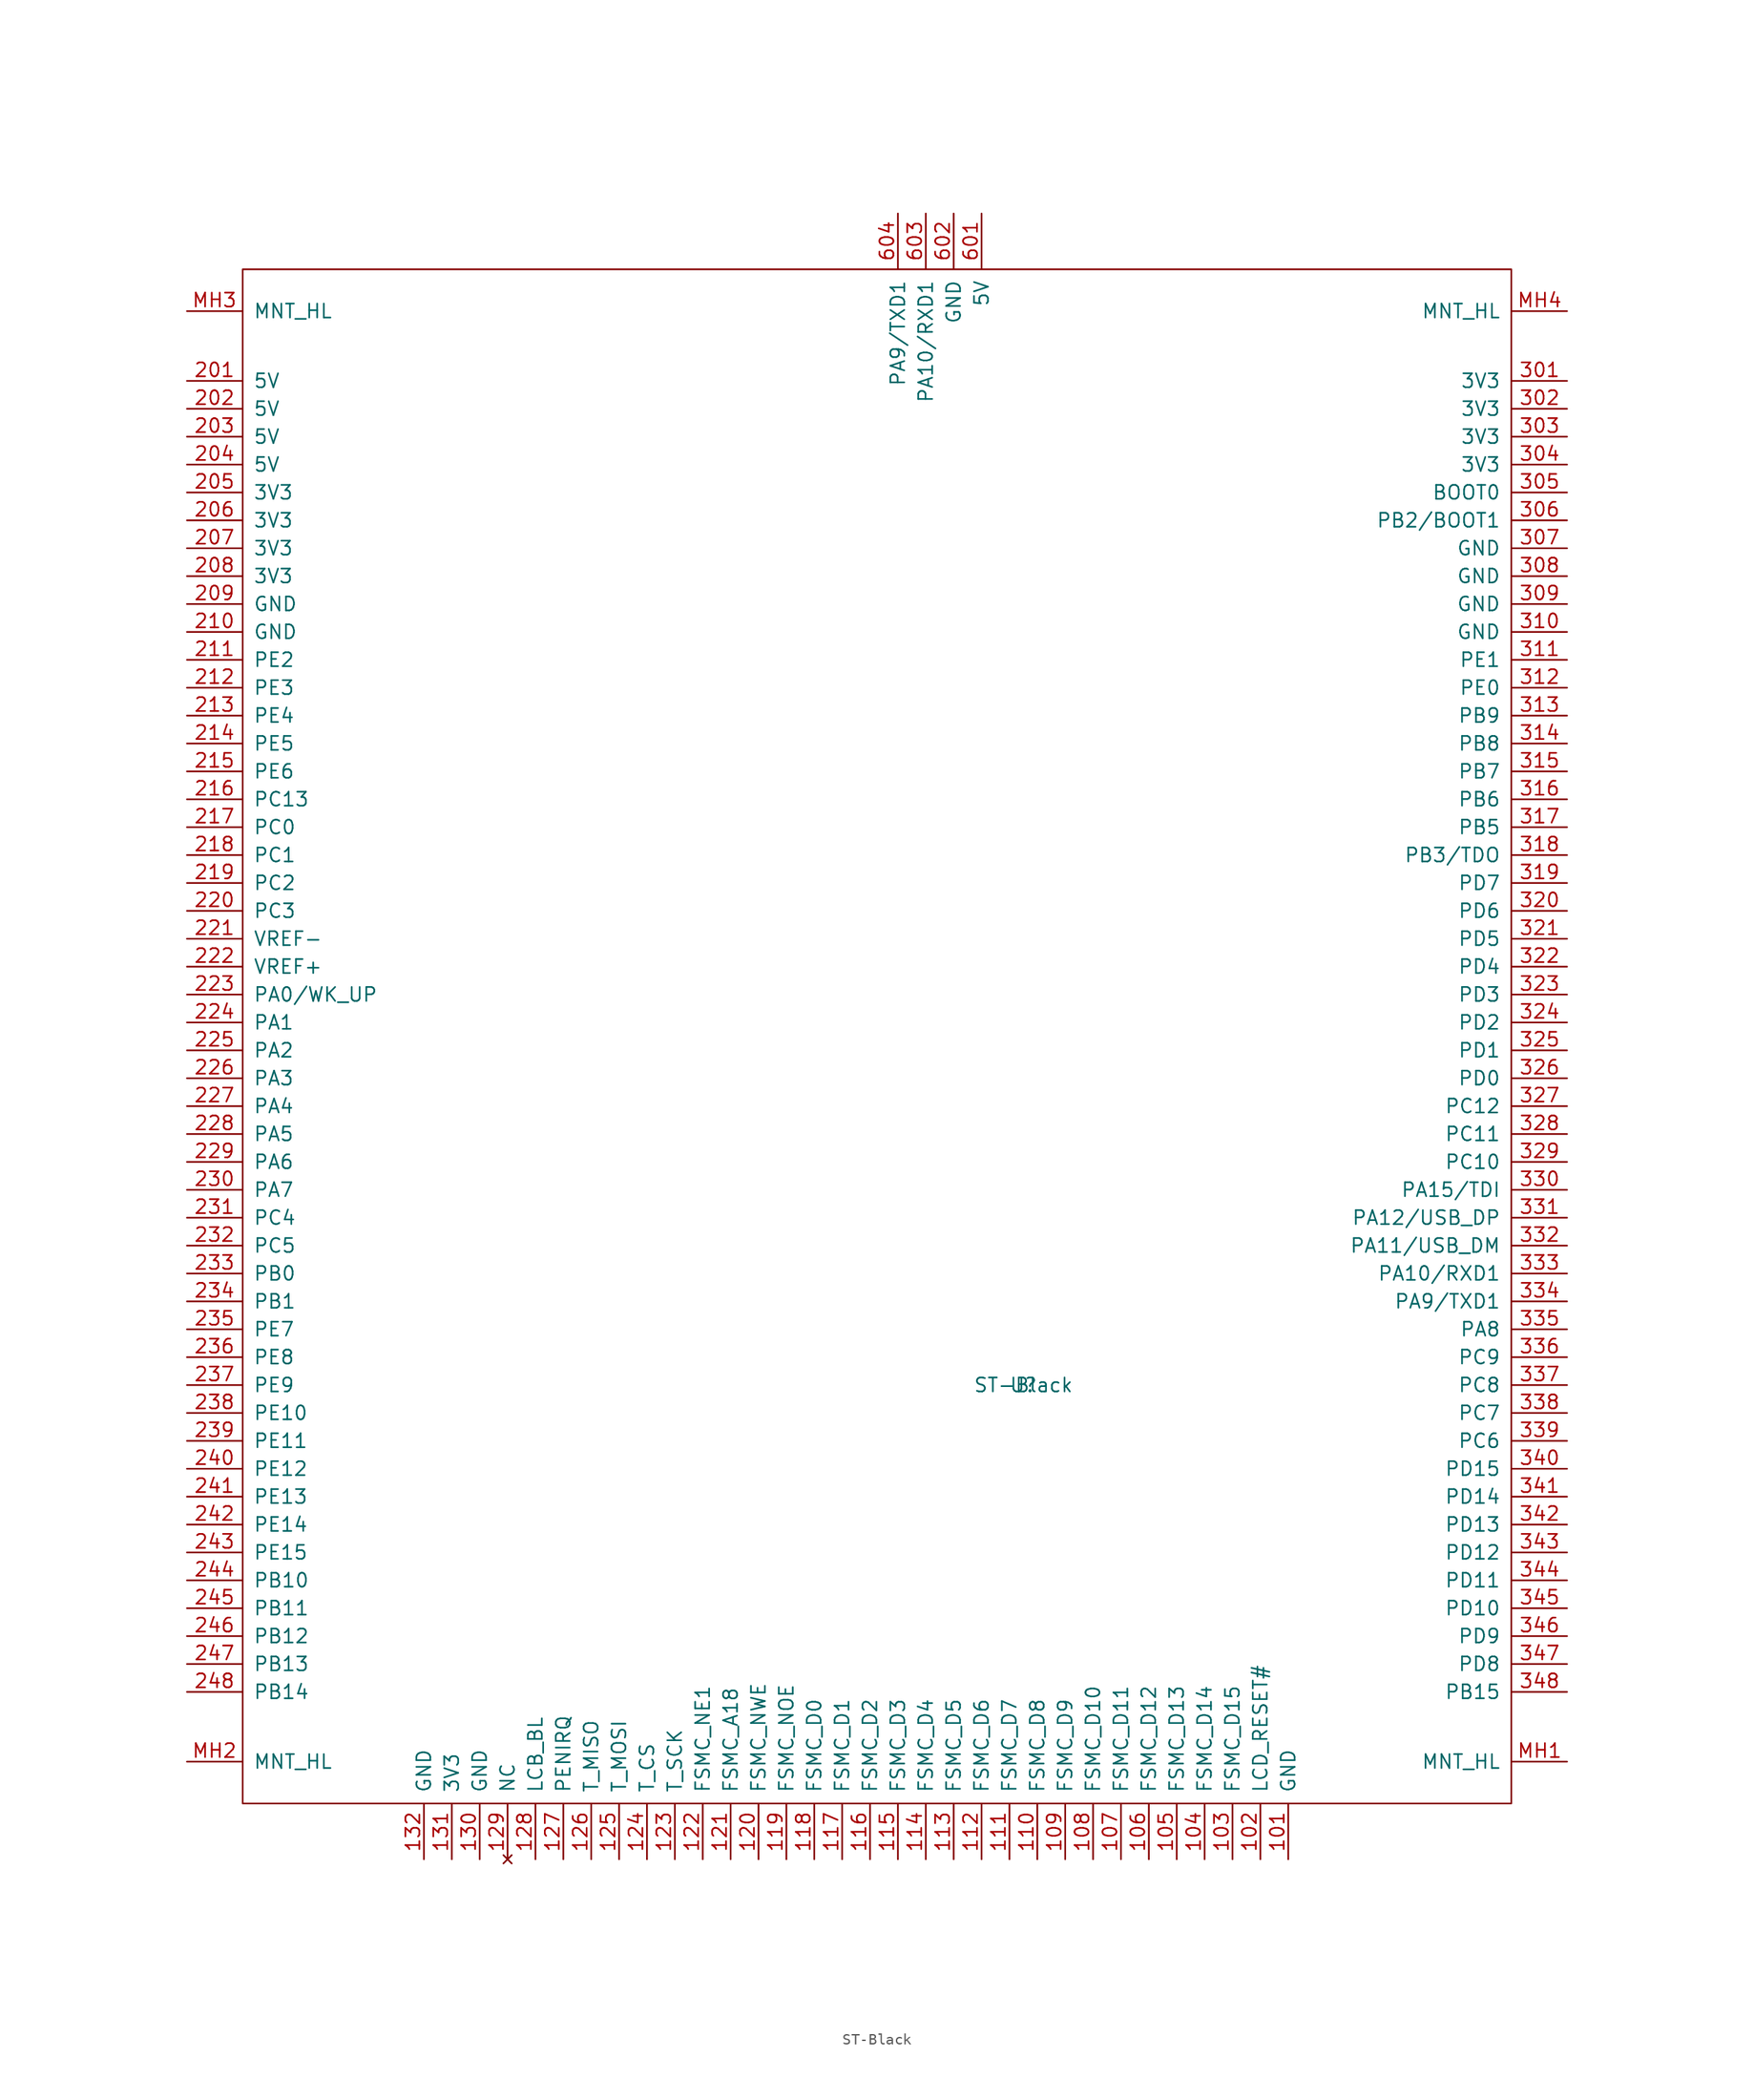
<source format=kicad_sym>
(kicad_symbol_lib
  (version 20231120)
  (generator "kicad_symbol_editor")
  (generator_version "8.0")
  (symbol "ST-Black"
    (pin_names
      (offset 1.016))
    (property "Reference" "U"
      (at 13.97 -55.88 0)
      (effects (font (size 1.27 1.27))))
    (property "Value" "ST-Black"
      (at 13.97 -55.88 0)
      (effects (font (size 1.27 1.27))))
    (symbol "ST-Black_0_1"
      (rectangle (start -57.15 -93.98) (end 58.42 45.72) (stroke (width 0) (type solid)) (fill (type none))))
    (symbol "ST-Black_1_1"
      (pin power_in line (at 38.1 -99.06 90) (length 5.004) (name "GND" (effects (font (size 1.27 1.27)))) (number "101" (effects (font (size 1.27 1.27)))))
      (pin bidirectional line (at 35.56 -99.06 90) (length 5.004) (name "LCD_RESET#" (effects (font (size 1.27 1.27)))) (number "102" (effects (font (size 1.27 1.27)))))
      (pin bidirectional line (at 33.02 -99.06 90) (length 5.004) (name "FSMC_D15" (effects (font (size 1.27 1.27)))) (number "103" (effects (font (size 1.27 1.27)))))
      (pin bidirectional line (at 30.48 -99.06 90) (length 5.004) (name "FSMC_D14" (effects (font (size 1.27 1.27)))) (number "104" (effects (font (size 1.27 1.27)))))
      (pin bidirectional line (at 27.94 -99.06 90) (length 5.004) (name "FSMC_D13" (effects (font (size 1.27 1.27)))) (number "105" (effects (font (size 1.27 1.27)))))
      (pin bidirectional line (at 25.4 -99.06 90) (length 5.004) (name "FSMC_D12" (effects (font (size 1.27 1.27)))) (number "106" (effects (font (size 1.27 1.27)))))
      (pin bidirectional line (at 22.86 -99.06 90) (length 5.004) (name "FSMC_D11" (effects (font (size 1.27 1.27)))) (number "107" (effects (font (size 1.27 1.27)))))
      (pin bidirectional line (at 20.32 -99.06 90) (length 5.004) (name "FSMC_D10" (effects (font (size 1.27 1.27)))) (number "108" (effects (font (size 1.27 1.27)))))
      (pin bidirectional line (at 17.78 -99.06 90) (length 5.004) (name "FSMC_D9" (effects (font (size 1.27 1.27)))) (number "109" (effects (font (size 1.27 1.27)))))
      (pin bidirectional line (at 15.24 -99.06 90) (length 5.004) (name "FSMC_D8" (effects (font (size 1.27 1.27)))) (number "110" (effects (font (size 1.27 1.27)))))
      (pin bidirectional line (at 12.7 -99.06 90) (length 5.004) (name "FSMC_D7" (effects (font (size 1.27 1.27)))) (number "111" (effects (font (size 1.27 1.27)))))
      (pin bidirectional line (at 10.16 -99.06 90) (length 5.004) (name "FSMC_D6" (effects (font (size 1.27 1.27)))) (number "112" (effects (font (size 1.27 1.27)))))
      (pin bidirectional line (at 7.62 -99.06 90) (length 5.004) (name "FSMC_D5" (effects (font (size 1.27 1.27)))) (number "113" (effects (font (size 1.27 1.27)))))
      (pin bidirectional line (at 5.08 -99.06 90) (length 5.004) (name "FSMC_D4" (effects (font (size 1.27 1.27)))) (number "114" (effects (font (size 1.27 1.27)))))
      (pin bidirectional line (at 2.54 -99.06 90) (length 5.004) (name "FSMC_D3" (effects (font (size 1.27 1.27)))) (number "115" (effects (font (size 1.27 1.27)))))
      (pin bidirectional line (at 0 -99.06 90) (length 5.004) (name "FSMC_D2" (effects (font (size 1.27 1.27)))) (number "116" (effects (font (size 1.27 1.27)))))
      (pin bidirectional line (at -2.54 -99.06 90) (length 5.004) (name "FSMC_D1" (effects (font (size 1.27 1.27)))) (number "117" (effects (font (size 1.27 1.27)))))
      (pin bidirectional line (at -5.08 -99.06 90) (length 5.004) (name "FSMC_D0" (effects (font (size 1.27 1.27)))) (number "118" (effects (font (size 1.27 1.27)))))
      (pin bidirectional line (at -7.62 -99.06 90) (length 5.004) (name "FSMC_NOE" (effects (font (size 1.27 1.27)))) (number "119" (effects (font (size 1.27 1.27)))))
      (pin bidirectional line (at -10.16 -99.06 90) (length 5.004) (name "FSMC_NWE" (effects (font (size 1.27 1.27)))) (number "120" (effects (font (size 1.27 1.27)))))
      (pin bidirectional line (at -12.7 -99.06 90) (length 5.004) (name "FSMC_A18" (effects (font (size 1.27 1.27)))) (number "121" (effects (font (size 1.27 1.27)))))
      (pin bidirectional line (at -15.24 -99.06 90) (length 5.004) (name "FSMC_NE1" (effects (font (size 1.27 1.27)))) (number "122" (effects (font (size 1.27 1.27)))))
      (pin bidirectional line (at -17.78 -99.06 90) (length 5.004) (name "T_SCK" (effects (font (size 1.27 1.27)))) (number "123" (effects (font (size 1.27 1.27)))))
      (pin bidirectional line (at -20.32 -99.06 90) (length 5.004) (name "T_CS" (effects (font (size 1.27 1.27)))) (number "124" (effects (font (size 1.27 1.27)))))
      (pin bidirectional line (at -22.86 -99.06 90) (length 5.004) (name "T_MOSI" (effects (font (size 1.27 1.27)))) (number "125" (effects (font (size 1.27 1.27)))))
      (pin bidirectional line (at -25.4 -99.06 90) (length 5.004) (name "T_MISO" (effects (font (size 1.27 1.27)))) (number "126" (effects (font (size 1.27 1.27)))))
      (pin bidirectional line (at -27.94 -99.06 90) (length 5.004) (name "PENIRQ" (effects (font (size 1.27 1.27)))) (number "127" (effects (font (size 1.27 1.27)))))
      (pin bidirectional line (at -30.48 -99.06 90) (length 5.004) (name "LCB_BL" (effects (font (size 1.27 1.27)))) (number "128" (effects (font (size 1.27 1.27)))))
      (pin no_connect line (at -33.02 -99.06 90) (length 5.004) (name "NC" (effects (font (size 1.27 1.27)))) (number "129" (effects (font (size 1.27 1.27)))))
      (pin power_in line (at -35.56 -99.06 90) (length 5.004) (name "GND" (effects (font (size 1.27 1.27)))) (number "130" (effects (font (size 1.27 1.27)))))
      (pin power_out line (at -38.1 -99.06 90) (length 5.004) (name "3V3" (effects (font (size 1.27 1.27)))) (number "131" (effects (font (size 1.27 1.27)))))
      (pin power_in line (at -40.64 -99.06 90) (length 5.004) (name "GND" (effects (font (size 1.27 1.27)))) (number "132" (effects (font (size 1.27 1.27)))))
      (pin power_in line (at -62.23 35.56 0) (length 5.004) (name "5V" (effects (font (size 1.27 1.27)))) (number "201" (effects (font (size 1.27 1.27)))))
      (pin power_in line (at -62.23 33.02 0) (length 5.004) (name "5V" (effects (font (size 1.27 1.27)))) (number "202" (effects (font (size 1.27 1.27)))))
      (pin power_in line (at -62.23 30.48 0) (length 5.004) (name "5V" (effects (font (size 1.27 1.27)))) (number "203" (effects (font (size 1.27 1.27)))))
      (pin power_in line (at -62.23 27.94 0) (length 5.004) (name "5V" (effects (font (size 1.27 1.27)))) (number "204" (effects (font (size 1.27 1.27)))))
      (pin power_out line (at -62.23 25.4 0) (length 5.004) (name "3V3" (effects (font (size 1.27 1.27)))) (number "205" (effects (font (size 1.27 1.27)))))
      (pin power_out line (at -62.23 22.86 0) (length 5.004) (name "3V3" (effects (font (size 1.27 1.27)))) (number "206" (effects (font (size 1.27 1.27)))))
      (pin power_out line (at -62.23 20.32 0) (length 5.004) (name "3V3" (effects (font (size 1.27 1.27)))) (number "207" (effects (font (size 1.27 1.27)))))
      (pin power_out line (at -62.23 17.78 0) (length 5.004) (name "3V3" (effects (font (size 1.27 1.27)))) (number "208" (effects (font (size 1.27 1.27)))))
      (pin power_in line (at -62.23 15.24 0) (length 5.004) (name "GND" (effects (font (size 1.27 1.27)))) (number "209" (effects (font (size 1.27 1.27)))))
      (pin power_in line (at -62.23 12.7 0) (length 5.004) (name "GND" (effects (font (size 1.27 1.27)))) (number "210" (effects (font (size 1.27 1.27)))))
      (pin bidirectional line (at -62.23 10.16 0) (length 5.004) (name "PE2" (effects (font (size 1.27 1.27)))) (number "211" (effects (font (size 1.27 1.27)))))
      (pin bidirectional line (at -62.23 7.62 0) (length 5.004) (name "PE3" (effects (font (size 1.27 1.27)))) (number "212" (effects (font (size 1.27 1.27)))))
      (pin bidirectional line (at -62.23 5.08 0) (length 5.004) (name "PE4" (effects (font (size 1.27 1.27)))) (number "213" (effects (font (size 1.27 1.27)))))
      (pin bidirectional line (at -62.23 2.54 0) (length 5.004) (name "PE5" (effects (font (size 1.27 1.27)))) (number "214" (effects (font (size 1.27 1.27)))))
      (pin bidirectional line (at -62.23 0 0) (length 5.004) (name "PE6" (effects (font (size 1.27 1.27)))) (number "215" (effects (font (size 1.27 1.27)))))
      (pin bidirectional line (at -62.23 -2.54 0) (length 5.004) (name "PC13" (effects (font (size 1.27 1.27)))) (number "216" (effects (font (size 1.27 1.27)))))
      (pin bidirectional line (at -62.23 -5.08 0) (length 5.004) (name "PC0" (effects (font (size 1.27 1.27)))) (number "217" (effects (font (size 1.27 1.27)))))
      (pin bidirectional line (at -62.23 -7.62 0) (length 5.004) (name "PC1" (effects (font (size 1.27 1.27)))) (number "218" (effects (font (size 1.27 1.27)))))
      (pin bidirectional line (at -62.23 -10.16 0) (length 5.004) (name "PC2" (effects (font (size 1.27 1.27)))) (number "219" (effects (font (size 1.27 1.27)))))
      (pin bidirectional line (at -62.23 -12.7 0) (length 5.004) (name "PC3" (effects (font (size 1.27 1.27)))) (number "220" (effects (font (size 1.27 1.27)))))
      (pin input line (at -62.23 -15.24 0) (length 5.004) (name "VREF-" (effects (font (size 1.27 1.27)))) (number "221" (effects (font (size 1.27 1.27)))))
      (pin input line (at -62.23 -17.78 0) (length 5.004) (name "VREF+" (effects (font (size 1.27 1.27)))) (number "222" (effects (font (size 1.27 1.27)))))
      (pin bidirectional line (at -62.23 -20.32 0) (length 5.004) (name "PA0/WK_UP" (effects (font (size 1.27 1.27)))) (number "223" (effects (font (size 1.27 1.27)))))
      (pin bidirectional line (at -62.23 -22.86 0) (length 5.004) (name "PA1" (effects (font (size 1.27 1.27)))) (number "224" (effects (font (size 1.27 1.27)))))
      (pin bidirectional line (at -62.23 -25.4 0) (length 5.004) (name "PA2" (effects (font (size 1.27 1.27)))) (number "225" (effects (font (size 1.27 1.27)))))
      (pin bidirectional line (at -62.23 -27.94 0) (length 5.004) (name "PA3" (effects (font (size 1.27 1.27)))) (number "226" (effects (font (size 1.27 1.27)))))
      (pin bidirectional line (at -62.23 -30.48 0) (length 5.004) (name "PA4" (effects (font (size 1.27 1.27)))) (number "227" (effects (font (size 1.27 1.27)))))
      (pin bidirectional line (at -62.23 -33.02 0) (length 5.004) (name "PA5" (effects (font (size 1.27 1.27)))) (number "228" (effects (font (size 1.27 1.27)))))
      (pin bidirectional line (at -62.23 -35.56 0) (length 5.004) (name "PA6" (effects (font (size 1.27 1.27)))) (number "229" (effects (font (size 1.27 1.27)))))
      (pin bidirectional line (at -62.23 -38.1 0) (length 5.004) (name "PA7" (effects (font (size 1.27 1.27)))) (number "230" (effects (font (size 1.27 1.27)))))
      (pin bidirectional line (at -62.23 -40.64 0) (length 5.004) (name "PC4" (effects (font (size 1.27 1.27)))) (number "231" (effects (font (size 1.27 1.27)))))
      (pin bidirectional line (at -62.23 -43.18 0) (length 5.004) (name "PC5" (effects (font (size 1.27 1.27)))) (number "232" (effects (font (size 1.27 1.27)))))
      (pin bidirectional line (at -62.23 -45.72 0) (length 5.004) (name "PB0" (effects (font (size 1.27 1.27)))) (number "233" (effects (font (size 1.27 1.27)))))
      (pin bidirectional line (at -62.23 -48.26 0) (length 5.004) (name "PB1" (effects (font (size 1.27 1.27)))) (number "234" (effects (font (size 1.27 1.27)))))
      (pin bidirectional line (at -62.23 -50.8 0) (length 5.004) (name "PE7" (effects (font (size 1.27 1.27)))) (number "235" (effects (font (size 1.27 1.27)))))
      (pin bidirectional line (at -62.23 -53.34 0) (length 5.004) (name "PE8" (effects (font (size 1.27 1.27)))) (number "236" (effects (font (size 1.27 1.27)))))
      (pin bidirectional line (at -62.23 -55.88 0) (length 5.004) (name "PE9" (effects (font (size 1.27 1.27)))) (number "237" (effects (font (size 1.27 1.27)))))
      (pin bidirectional line (at -62.23 -58.42 0) (length 5.004) (name "PE10" (effects (font (size 1.27 1.27)))) (number "238" (effects (font (size 1.27 1.27)))))
      (pin bidirectional line (at -62.23 -60.96 0) (length 5.004) (name "PE11" (effects (font (size 1.27 1.27)))) (number "239" (effects (font (size 1.27 1.27)))))
      (pin bidirectional line (at -62.23 -63.5 0) (length 5.004) (name "PE12" (effects (font (size 1.27 1.27)))) (number "240" (effects (font (size 1.27 1.27)))))
      (pin bidirectional line (at -62.23 -66.04 0) (length 5.004) (name "PE13" (effects (font (size 1.27 1.27)))) (number "241" (effects (font (size 1.27 1.27)))))
      (pin bidirectional line (at -62.23 -68.58 0) (length 5.004) (name "PE14" (effects (font (size 1.27 1.27)))) (number "242" (effects (font (size 1.27 1.27)))))
      (pin bidirectional line (at -62.23 -71.12 0) (length 5.004) (name "PE15" (effects (font (size 1.27 1.27)))) (number "243" (effects (font (size 1.27 1.27)))))
      (pin bidirectional line (at -62.23 -73.66 0) (length 5.004) (name "PB10" (effects (font (size 1.27 1.27)))) (number "244" (effects (font (size 1.27 1.27)))))
      (pin bidirectional line (at -62.23 -76.2 0) (length 5.004) (name "PB11" (effects (font (size 1.27 1.27)))) (number "245" (effects (font (size 1.27 1.27)))))
      (pin bidirectional line (at -62.23 -78.74 0) (length 5.004) (name "PB12" (effects (font (size 1.27 1.27)))) (number "246" (effects (font (size 1.27 1.27)))))
      (pin bidirectional line (at -62.23 -81.28 0) (length 5.004) (name "PB13" (effects (font (size 1.27 1.27)))) (number "247" (effects (font (size 1.27 1.27)))))
      (pin bidirectional line (at -62.23 -83.82 0) (length 5.004) (name "PB14" (effects (font (size 1.27 1.27)))) (number "248" (effects (font (size 1.27 1.27)))))
      (pin power_out line (at 63.5 35.56 180) (length 5.004) (name "3V3" (effects (font (size 1.27 1.27)))) (number "301" (effects (font (size 1.27 1.27)))))
      (pin power_out line (at 63.5 33.02 180) (length 5.004) (name "3V3" (effects (font (size 1.27 1.27)))) (number "302" (effects (font (size 1.27 1.27)))))
      (pin power_out line (at 63.5 30.48 180) (length 5.004) (name "3V3" (effects (font (size 1.27 1.27)))) (number "303" (effects (font (size 1.27 1.27)))))
      (pin power_out line (at 63.5 27.94 180) (length 5.004) (name "3V3" (effects (font (size 1.27 1.27)))) (number "304" (effects (font (size 1.27 1.27)))))
      (pin bidirectional line (at 63.5 25.4 180) (length 5.004) (name "BOOT0" (effects (font (size 1.27 1.27)))) (number "305" (effects (font (size 1.27 1.27)))))
      (pin bidirectional line (at 63.5 22.86 180) (length 5.004) (name "PB2/BOOT1" (effects (font (size 1.27 1.27)))) (number "306" (effects (font (size 1.27 1.27)))))
      (pin power_in line (at 63.5 20.32 180) (length 5.004) (name "GND" (effects (font (size 1.27 1.27)))) (number "307" (effects (font (size 1.27 1.27)))))
      (pin power_in line (at 63.5 17.78 180) (length 5.004) (name "GND" (effects (font (size 1.27 1.27)))) (number "308" (effects (font (size 1.27 1.27)))))
      (pin power_in line (at 63.5 15.24 180) (length 5.004) (name "GND" (effects (font (size 1.27 1.27)))) (number "309" (effects (font (size 1.27 1.27)))))
      (pin power_in line (at 63.5 12.7 180) (length 5.004) (name "GND" (effects (font (size 1.27 1.27)))) (number "310" (effects (font (size 1.27 1.27)))))
      (pin bidirectional line (at 63.5 10.16 180) (length 5.004) (name "PE1" (effects (font (size 1.27 1.27)))) (number "311" (effects (font (size 1.27 1.27)))))
      (pin bidirectional line (at 63.5 7.62 180) (length 5.004) (name "PE0" (effects (font (size 1.27 1.27)))) (number "312" (effects (font (size 1.27 1.27)))))
      (pin bidirectional line (at 63.5 5.08 180) (length 5.004) (name "PB9" (effects (font (size 1.27 1.27)))) (number "313" (effects (font (size 1.27 1.27)))))
      (pin bidirectional line (at 63.5 2.54 180) (length 5.004) (name "PB8" (effects (font (size 1.27 1.27)))) (number "314" (effects (font (size 1.27 1.27)))))
      (pin bidirectional line (at 63.5 0 180) (length 5.004) (name "PB7" (effects (font (size 1.27 1.27)))) (number "315" (effects (font (size 1.27 1.27)))))
      (pin bidirectional line (at 63.5 -2.54 180) (length 5.004) (name "PB6" (effects (font (size 1.27 1.27)))) (number "316" (effects (font (size 1.27 1.27)))))
      (pin bidirectional line (at 63.5 -5.08 180) (length 5.004) (name "PB5" (effects (font (size 1.27 1.27)))) (number "317" (effects (font (size 1.27 1.27)))))
      (pin bidirectional line (at 63.5 -7.62 180) (length 5.004) (name "PB3/TDO" (effects (font (size 1.27 1.27)))) (number "318" (effects (font (size 1.27 1.27)))))
      (pin bidirectional line (at 63.5 -10.16 180) (length 5.004) (name "PD7" (effects (font (size 1.27 1.27)))) (number "319" (effects (font (size 1.27 1.27)))))
      (pin bidirectional line (at 63.5 -12.7 180) (length 5.004) (name "PD6" (effects (font (size 1.27 1.27)))) (number "320" (effects (font (size 1.27 1.27)))))
      (pin bidirectional line (at 63.5 -15.24 180) (length 5.004) (name "PD5" (effects (font (size 1.27 1.27)))) (number "321" (effects (font (size 1.27 1.27)))))
      (pin bidirectional line (at 63.5 -17.78 180) (length 5.004) (name "PD4" (effects (font (size 1.27 1.27)))) (number "322" (effects (font (size 1.27 1.27)))))
      (pin bidirectional line (at 63.5 -20.32 180) (length 5.004) (name "PD3" (effects (font (size 1.27 1.27)))) (number "323" (effects (font (size 1.27 1.27)))))
      (pin bidirectional line (at 63.5 -22.86 180) (length 5.004) (name "PD2" (effects (font (size 1.27 1.27)))) (number "324" (effects (font (size 1.27 1.27)))))
      (pin bidirectional line (at 63.5 -25.4 180) (length 5.004) (name "PD1" (effects (font (size 1.27 1.27)))) (number "325" (effects (font (size 1.27 1.27)))))
      (pin bidirectional line (at 63.5 -27.94 180) (length 5.004) (name "PD0" (effects (font (size 1.27 1.27)))) (number "326" (effects (font (size 1.27 1.27)))))
      (pin bidirectional line (at 63.5 -30.48 180) (length 5.004) (name "PC12" (effects (font (size 1.27 1.27)))) (number "327" (effects (font (size 1.27 1.27)))))
      (pin bidirectional line (at 63.5 -33.02 180) (length 5.004) (name "PC11" (effects (font (size 1.27 1.27)))) (number "328" (effects (font (size 1.27 1.27)))))
      (pin bidirectional line (at 63.5 -35.56 180) (length 5.004) (name "PC10" (effects (font (size 1.27 1.27)))) (number "329" (effects (font (size 1.27 1.27)))))
      (pin bidirectional line (at 63.5 -38.1 180) (length 5.004) (name "PA15/TDI" (effects (font (size 1.27 1.27)))) (number "330" (effects (font (size 1.27 1.27)))))
      (pin bidirectional line (at 63.5 -40.64 180) (length 5.004) (name "PA12/USB_DP" (effects (font (size 1.27 1.27)))) (number "331" (effects (font (size 1.27 1.27)))))
      (pin bidirectional line (at 63.5 -43.18 180) (length 5.004) (name "PA11/USB_DM" (effects (font (size 1.27 1.27)))) (number "332" (effects (font (size 1.27 1.27)))))
      (pin bidirectional line (at 63.5 -45.72 180) (length 5.004) (name "PA10/RXD1" (effects (font (size 1.27 1.27)))) (number "333" (effects (font (size 1.27 1.27)))))
      (pin bidirectional line (at 63.5 -48.26 180) (length 5.004) (name "PA9/TXD1" (effects (font (size 1.27 1.27)))) (number "334" (effects (font (size 1.27 1.27)))))
      (pin bidirectional line (at 63.5 -50.8 180) (length 5.004) (name "PA8" (effects (font (size 1.27 1.27)))) (number "335" (effects (font (size 1.27 1.27)))))
      (pin bidirectional line (at 63.5 -53.34 180) (length 5.004) (name "PC9" (effects (font (size 1.27 1.27)))) (number "336" (effects (font (size 1.27 1.27)))))
      (pin bidirectional line (at 63.5 -55.88 180) (length 5.004) (name "PC8" (effects (font (size 1.27 1.27)))) (number "337" (effects (font (size 1.27 1.27)))))
      (pin bidirectional line (at 63.5 -58.42 180) (length 5.004) (name "PC7" (effects (font (size 1.27 1.27)))) (number "338" (effects (font (size 1.27 1.27)))))
      (pin bidirectional line (at 63.5 -60.96 180) (length 5.004) (name "PC6" (effects (font (size 1.27 1.27)))) (number "339" (effects (font (size 1.27 1.27)))))
      (pin bidirectional line (at 63.5 -63.5 180) (length 5.004) (name "PD15" (effects (font (size 1.27 1.27)))) (number "340" (effects (font (size 1.27 1.27)))))
      (pin bidirectional line (at 63.5 -66.04 180) (length 5.004) (name "PD14" (effects (font (size 1.27 1.27)))) (number "341" (effects (font (size 1.27 1.27)))))
      (pin bidirectional line (at 63.5 -68.58 180) (length 5.004) (name "PD13" (effects (font (size 1.27 1.27)))) (number "342" (effects (font (size 1.27 1.27)))))
      (pin bidirectional line (at 63.5 -71.12 180) (length 5.004) (name "PD12" (effects (font (size 1.27 1.27)))) (number "343" (effects (font (size 1.27 1.27)))))
      (pin bidirectional line (at 63.5 -73.66 180) (length 5.004) (name "PD11" (effects (font (size 1.27 1.27)))) (number "344" (effects (font (size 1.27 1.27)))))
      (pin bidirectional line (at 63.5 -76.2 180) (length 5.004) (name "PD10" (effects (font (size 1.27 1.27)))) (number "345" (effects (font (size 1.27 1.27)))))
      (pin bidirectional line (at 63.5 -78.74 180) (length 5.004) (name "PD9" (effects (font (size 1.27 1.27)))) (number "346" (effects (font (size 1.27 1.27)))))
      (pin bidirectional line (at 63.5 -81.28 180) (length 5.004) (name "PD8" (effects (font (size 1.27 1.27)))) (number "347" (effects (font (size 1.27 1.27)))))
      (pin bidirectional line (at 63.5 -83.82 180) (length 5.004) (name "PB15" (effects (font (size 1.27 1.27)))) (number "348" (effects (font (size 1.27 1.27)))))
      (pin power_in line (at 10.16 50.8 270) (length 5.004) (name "5V" (effects (font (size 1.27 1.27)))) (number "601" (effects (font (size 1.27 1.27)))))
      (pin power_out line (at 7.62 50.8 270) (length 5.004) (name "GND" (effects (font (size 1.27 1.27)))) (number "602" (effects (font (size 1.27 1.27)))))
      (pin bidirectional line (at 5.08 50.8 270) (length 5.004) (name "PA10/RXD1" (effects (font (size 1.27 1.27)))) (number "603" (effects (font (size 1.27 1.27)))))
      (pin bidirectional line (at 2.54 50.8 270) (length 5.004) (name "PA9/TXD1" (effects (font (size 1.27 1.27)))) (number "604" (effects (font (size 1.27 1.27)))))
      (pin power_in line (at 63.5 -90.17 180) (length 5.004) (name "MNT_HL" (effects (font (size 1.27 1.27)))) (number "MH1" (effects (font (size 1.27 1.27)))))
      (pin power_in line (at -62.23 -90.17 0) (length 5.004) (name "MNT_HL" (effects (font (size 1.27 1.27)))) (number "MH2" (effects (font (size 1.27 1.27)))))
      (pin power_in line (at -62.23 41.91 0) (length 5.004) (name "MNT_HL" (effects (font (size 1.27 1.27)))) (number "MH3" (effects (font (size 1.27 1.27)))))
      (pin power_in line (at 63.5 41.91 180) (length 5.004) (name "MNT_HL" (effects (font (size 1.27 1.27)))) (number "MH4" (effects (font (size 1.27 1.27))))))))
</source>
